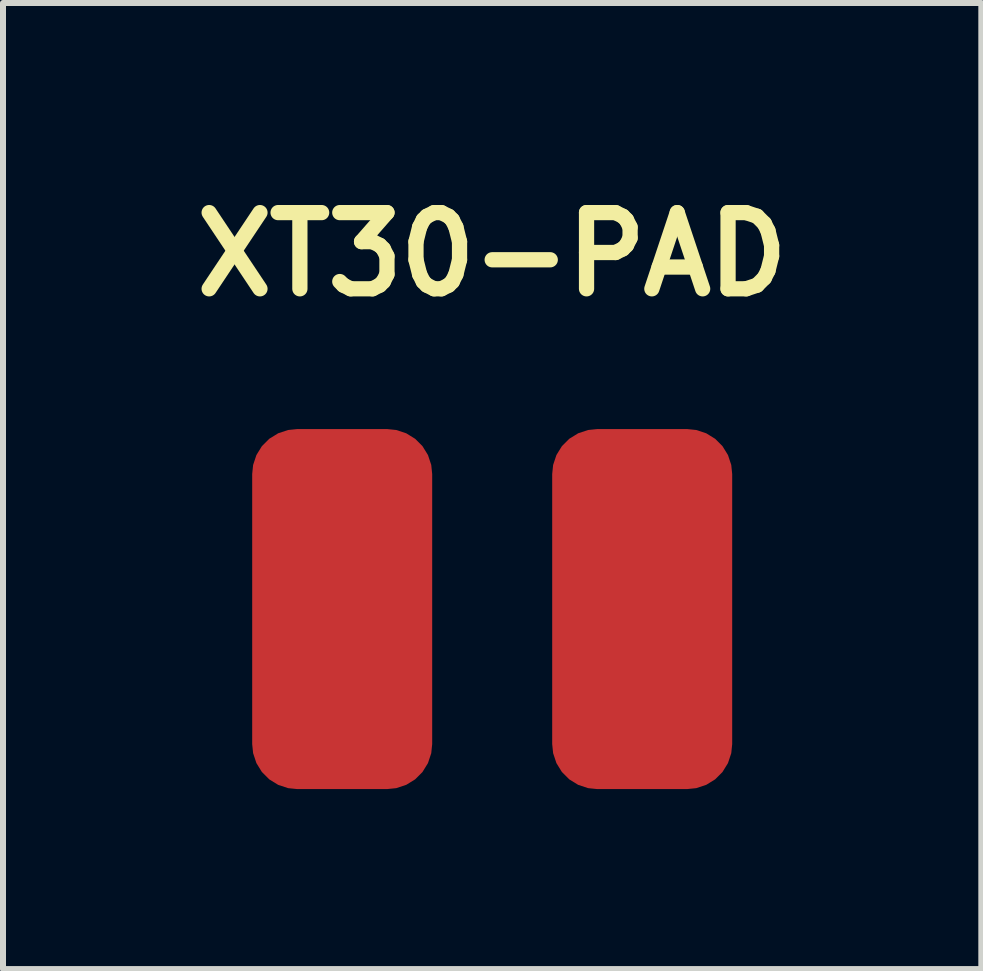
<source format=kicad_pcb>
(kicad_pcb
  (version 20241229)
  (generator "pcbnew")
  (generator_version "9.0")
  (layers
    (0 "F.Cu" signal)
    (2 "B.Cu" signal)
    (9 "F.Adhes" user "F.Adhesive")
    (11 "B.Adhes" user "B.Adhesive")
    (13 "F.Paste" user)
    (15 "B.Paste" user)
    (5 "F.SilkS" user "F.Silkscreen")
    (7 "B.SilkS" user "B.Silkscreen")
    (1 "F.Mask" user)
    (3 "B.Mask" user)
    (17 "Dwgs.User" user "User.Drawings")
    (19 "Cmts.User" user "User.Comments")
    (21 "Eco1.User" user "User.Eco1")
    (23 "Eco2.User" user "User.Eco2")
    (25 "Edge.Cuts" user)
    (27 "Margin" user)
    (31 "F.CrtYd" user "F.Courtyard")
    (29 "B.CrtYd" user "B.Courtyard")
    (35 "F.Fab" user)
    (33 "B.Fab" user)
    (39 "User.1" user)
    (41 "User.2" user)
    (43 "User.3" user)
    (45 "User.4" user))
  (footprint "XT30-PAD"
    (layer "F.Cu")
    (at 5.153 1.189)
    (property "Reference" "XT30-PAD" (at 0 0 0) (layer "F.SilkS") (effects (font (size 1.27 1.27) (thickness 0.254))))
    (attr through_hole)
    (pad "1" smd roundrect (at -2.5 5.912) (size 3 6) (layers "F.Cu" "F.Mask" "F.Paste") (roundrect_rratio 0.25))
    (pad "2" smd roundrect (at 2.5 5.912) (size 3 6) (layers "F.Cu" "F.Mask" "F.Paste") (roundrect_rratio 0.25)))
  (gr_rect
    (start -3 -3)
    (end 13.305 13.101)
    (stroke (width 0.1) (type default))
    (fill no)
    (layer "Edge.Cuts")))
</source>
